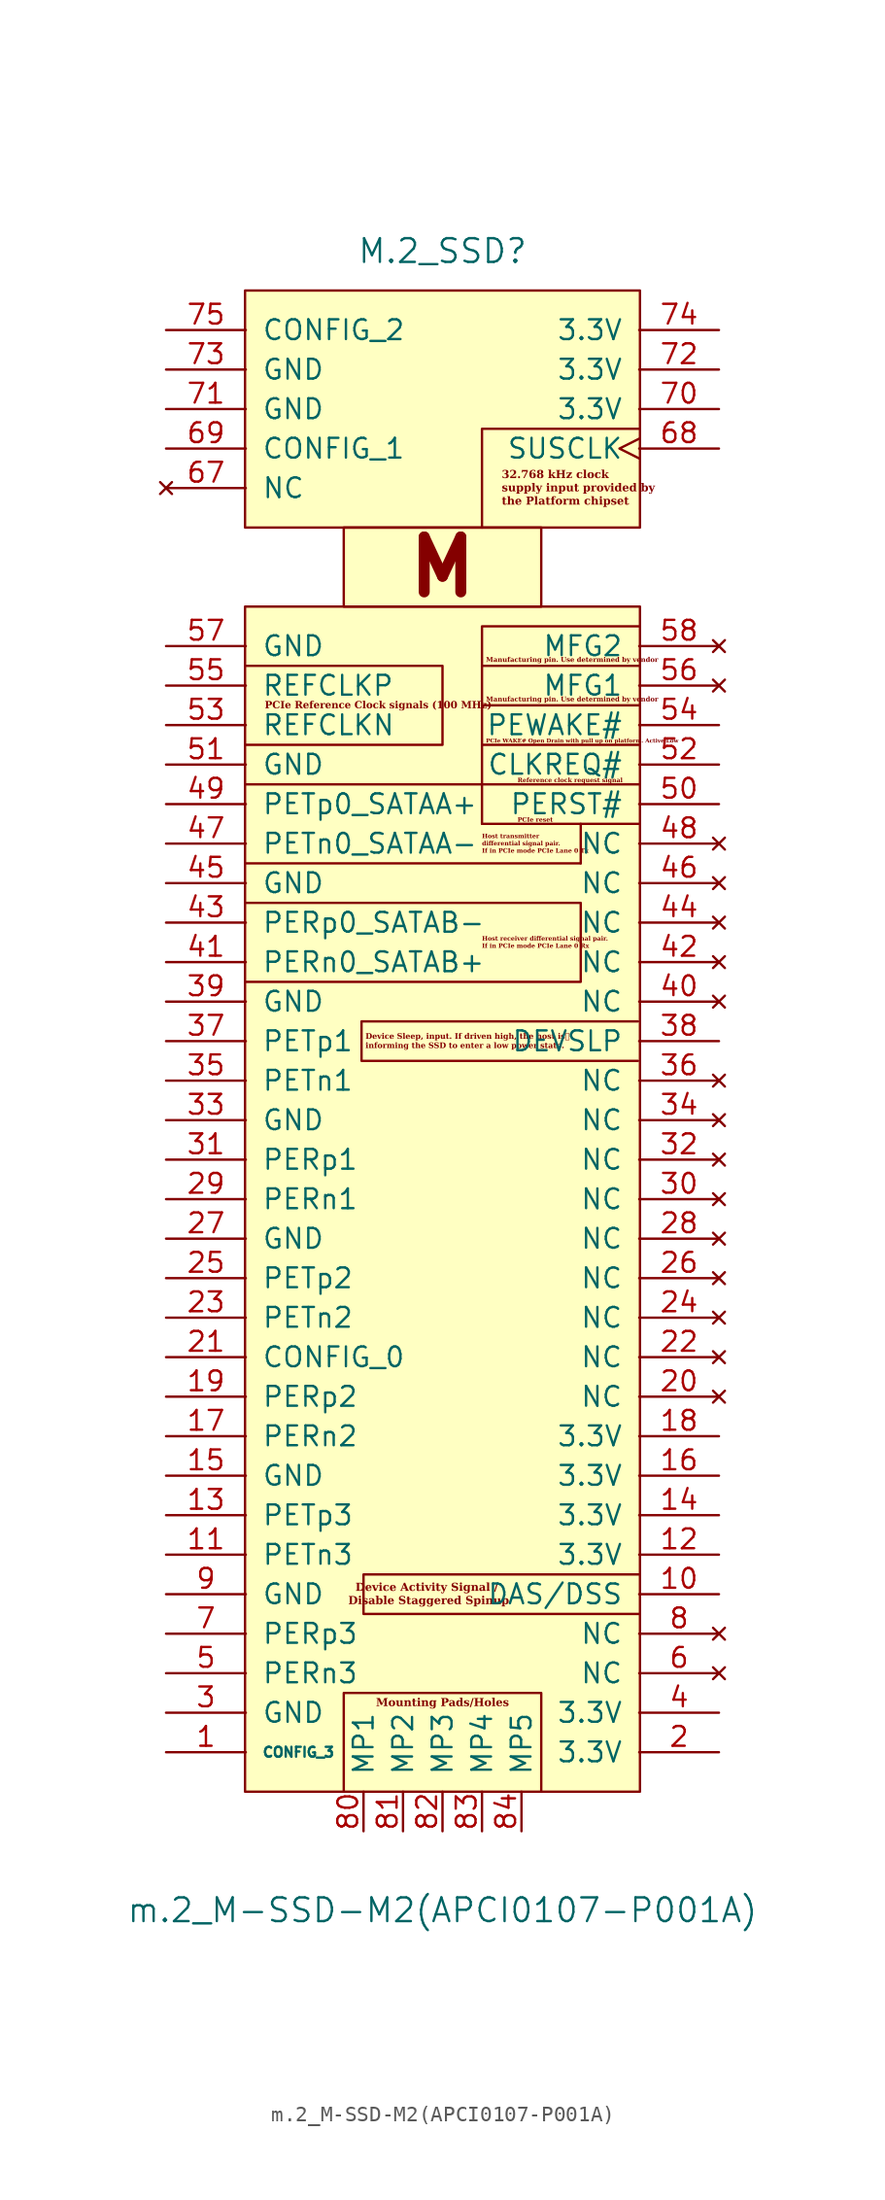
<source format=kicad_sym>
(kicad_symbol_lib
  (version 20220914)
  (generator kicad_symbol_editor)
  (symbol "m.2_M-SSD-M2(APCI0107-P001A)"
    (pin_names
      (offset 1.016))
    (property "Reference" "M.2_SSD"
      (at 0 50.8 0)
      (effects (font (size 1.524 1.524))))
    (property "Value" "m.2_M-SSD-M2(APCI0107-P001A)"
      (at 0 -55.88 0)
      (effects (font (size 1.524 1.524))))
    (symbol "m.2_M-SSD-M2(APCI0107-P001A)_0_0"
      (text "M" (at 0 30.48 0) (effects (font (size 3.531 3.531) bold))))
    (symbol "m.2_M-SSD-M2(APCI0107-P001A)_0_1"
      (rectangle (start -12.7 27.94) (end 12.7 -48.26) (stroke (width 0) (type solid)) (fill (type background)))
      (rectangle (start -12.7 48.26) (end 12.7 33.02) (stroke (width 0) (type solid)) (fill (type background)))
      (rectangle (start -6.35 33.02) (end 6.35 27.94) (stroke (width 0) (type solid)) (fill (type background))))
    (symbol "m.2_M-SSD-M2(APCI0107-P001A)_1_1"
      (polyline (pts (xy 2.54 16.51) (xy 12.7 16.51)) (stroke (width 0) (type default)) (fill (type none)))
      (polyline (pts (xy 2.54 24.13) (xy 12.7 24.13)) (stroke (width 0) (type default)) (fill (type none)))
      (polyline (pts (xy 8.89 11.43) (xy -12.7 11.43)) (stroke (width 0) (type default)) (fill (type none)))
      (polyline (pts (xy 8.89 13.97) (xy 12.7 13.97)) (stroke (width 0) (type default)) (fill (type none)))
      (polyline (pts (xy 2.54 13.97) (xy 2.54 16.51) (xy -12.7 16.51)) (stroke (width 0) (type default)) (fill (type none)))
      (polyline (pts (xy 2.54 16.51) (xy 2.54 19.05) (xy 12.7 19.05)) (stroke (width 0) (type default)) (fill (type none)))
      (polyline (pts (xy 2.54 19.05) (xy 2.54 21.59) (xy 12.7 21.59)) (stroke (width 0) (type default)) (fill (type none)))
      (polyline (pts (xy 2.54 21.59) (xy 2.54 26.67) (xy 12.7 26.67)) (stroke (width 0) (type default)) (fill (type none)))
      (polyline (pts (xy 8.89 6.35) (xy 8.89 3.81) (xy -12.7 3.81)) (stroke (width 0) (type default)) (fill (type none)))
      (polyline (pts (xy 8.89 6.35) (xy 8.89 8.89) (xy -12.7 8.89)) (stroke (width 0) (type default)) (fill (type none)))
      (polyline (pts (xy 8.89 11.43) (xy 8.89 13.97) (xy 2.54 13.97)) (stroke (width 0) (type default)) (fill (type none)))
      (polyline (pts (xy 12.7 39.37) (xy 2.54 39.37) (xy 2.54 33.02)) (stroke (width 0) (type default)) (fill (type none)))
      (polyline (pts (xy -12.7 19.05) (xy 0 19.05) (xy 0 24.13) (xy -12.7 24.13)) (stroke (width 0) (type default)) (fill (type none)))
      (polyline (pts (xy -6.35 -48.26) (xy -6.35 -41.91) (xy 6.35 -41.91) (xy 6.35 -48.26)) (stroke (width 0) (type default)) (fill (type none)))
      (polyline (pts (xy 12.573 1.27) (xy -5.207 1.27) (xy -5.207 -1.27) (xy 12.573 -1.27)) (stroke (width 0) (type default)) (fill (type none)))
      (polyline (pts (xy 12.7 -34.29) (xy -5.08 -34.29) (xy -5.08 -36.83) (xy 12.7 -36.83)) (stroke (width 0) (type default)) (fill (type none)))
      (text "32.768 kHz clock \nsupply input provided by \nthe Platform chipset" (at 3.81 35.56 0) (effects (font (face "Liberation Serif") (size 0.508 0.508) bold) (justify left)))
      (text "Device Activity Signal / \nDisable Staggered Spinup" (at -0.889 -35.56 0) (effects (font (face "Liberation Serif") (size 0.508 0.508) bold)))
      (text "Device Sleep, input. If driven high, the host is\r\ninforming the SSD to enter a low power state." (at -4.953 0 0) (effects (font (face "Liberation Serif") (size 0.356 0.356) bold) (justify left)))
      (text "Host receiver differential signal pair. \nIf in PCIe mode PCIe Lane 0 Rx" (at 2.54 6.35 0) (effects (font (face "Liberation Serif") (size 0.279 0.279) bold) (justify left)))
      (text "Host transmitter \ndifferential signal pair. \nIf in PCIe mode PCIe Lane 0 Tx" (at 2.54 12.7 0) (effects (font (face "Liberation Serif") (size 0.279 0.279) bold) (justify left)))
      (text "Manufacturing pin. Use determined by vendor" (at 2.794 21.971 0) (effects (font (face "Liberation Serif") (size 0.305 0.305) bold) (justify left)))
      (text "Manufacturing pin. Use determined by vendor" (at 2.794 24.511 0) (effects (font (face "Liberation Serif") (size 0.305 0.305) bold) (justify left)))
      (text "Mounting Pads/Holes" (at 0 -42.545 0) (effects (font (face "Liberation Serif") (size 0.508 0.508) bold)))
      (text "PCIe Reference Clock signals (100 MHz)" (at -11.43 21.59 0) (effects (font (face "Liberation Serif") (size 0.457 0.457) bold) (justify left)))
      (text "PCIe reset" (at 4.826 14.224 0) (effects (font (face "Liberation Serif") (size 0.279 0.279) bold) (justify left)))
      (text "PCIe WAKE# Open Drain with pull up on platform. Active Low" (at 2.794 19.304 0) (effects (font (face "Liberation Serif") (size 0.254 0.254) bold) (justify left)))
      (text "Reference clock request signal" (at 4.826 16.764 0) (effects (font (face "Liberation Serif") (size 0.279 0.279) bold) (justify left)))
      (pin bidirectional line (at -17.78 -45.72 0) (length 5.131) (name "CONFIG_3" (effects (font (size 0.635 0.635)))) (number "1" (effects (font (size 1.27 1.27)))))
      (pin bidirectional line (at 17.78 -35.56 180) (length 5.131) (name "DAS/DSS" (effects (font (size 1.27 1.27)))) (number "10" (effects (font (size 1.27 1.27)))))
      (pin output line (at -17.78 -33.02 0) (length 5.131) (name "PETn3" (effects (font (size 1.27 1.27)))) (number "11" (effects (font (size 1.27 1.27)))))
      (pin power_in line (at 17.78 -33.02 180) (length 5.131) (name "3.3V" (effects (font (size 1.27 1.27)))) (number "12" (effects (font (size 1.27 1.27)))))
      (pin output line (at -17.78 -30.48 0) (length 5.131) (name "PETp3" (effects (font (size 1.27 1.27)))) (number "13" (effects (font (size 1.27 1.27)))))
      (pin power_in line (at 17.78 -30.48 180) (length 5.131) (name "3.3V" (effects (font (size 1.27 1.27)))) (number "14" (effects (font (size 1.27 1.27)))))
      (pin power_in line (at -17.78 -27.94 0) (length 5.131) (name "GND" (effects (font (size 1.27 1.27)))) (number "15" (effects (font (size 1.27 1.27)))))
      (pin power_in line (at 17.78 -27.94 180) (length 5.131) (name "3.3V" (effects (font (size 1.27 1.27)))) (number "16" (effects (font (size 1.27 1.27)))))
      (pin input line (at -17.78 -25.4 0) (length 5.131) (name "PERn2" (effects (font (size 1.27 1.27)))) (number "17" (effects (font (size 1.27 1.27)))))
      (pin power_in line (at 17.78 -25.4 180) (length 5.131) (name "3.3V" (effects (font (size 1.27 1.27)))) (number "18" (effects (font (size 1.27 1.27)))))
      (pin input line (at -17.78 -22.86 0) (length 5.131) (name "PERp2" (effects (font (size 1.27 1.27)))) (number "19" (effects (font (size 1.27 1.27)))))
      (pin power_in line (at 17.78 -45.72 180) (length 5.131) (name "3.3V" (effects (font (size 1.27 1.27)))) (number "2" (effects (font (size 1.27 1.27)))))
      (pin no_connect line (at 17.78 -22.86 180) (length 5.131) (name "NC" (effects (font (size 1.27 1.27)))) (number "20" (effects (font (size 1.27 1.27)))))
      (pin bidirectional line (at -17.78 -20.32 0) (length 5.131) (name "CONFIG_0" (effects (font (size 1.27 1.27)))) (number "21" (effects (font (size 1.27 1.27)))))
      (pin no_connect line (at 17.78 -20.32 180) (length 5.131) (name "NC" (effects (font (size 1.27 1.27)))) (number "22" (effects (font (size 1.27 1.27)))))
      (pin output line (at -17.78 -17.78 0) (length 5.131) (name "PETn2" (effects (font (size 1.27 1.27)))) (number "23" (effects (font (size 1.27 1.27)))))
      (pin no_connect line (at 17.78 -17.78 180) (length 5.131) (name "NC" (effects (font (size 1.27 1.27)))) (number "24" (effects (font (size 1.27 1.27)))))
      (pin output line (at -17.78 -15.24 0) (length 5.131) (name "PETp2" (effects (font (size 1.27 1.27)))) (number "25" (effects (font (size 1.27 1.27)))))
      (pin no_connect line (at 17.78 -15.24 180) (length 5.131) (name "NC" (effects (font (size 1.27 1.27)))) (number "26" (effects (font (size 1.27 1.27)))))
      (pin power_in line (at -17.78 -12.7 0) (length 5.131) (name "GND" (effects (font (size 1.27 1.27)))) (number "27" (effects (font (size 1.27 1.27)))))
      (pin no_connect line (at 17.78 -12.7 180) (length 5.131) (name "NC" (effects (font (size 1.27 1.27)))) (number "28" (effects (font (size 1.27 1.27)))))
      (pin input line (at -17.78 -10.16 0) (length 5.131) (name "PERn1" (effects (font (size 1.27 1.27)))) (number "29" (effects (font (size 1.27 1.27)))))
      (pin power_in line (at -17.78 -43.18 0) (length 5.131) (name "GND" (effects (font (size 1.27 1.27)))) (number "3" (effects (font (size 1.27 1.27)))))
      (pin no_connect line (at 17.78 -10.16 180) (length 5.131) (name "NC" (effects (font (size 1.27 1.27)))) (number "30" (effects (font (size 1.27 1.27)))))
      (pin input line (at -17.78 -7.62 0) (length 5.131) (name "PERp1" (effects (font (size 1.27 1.27)))) (number "31" (effects (font (size 1.27 1.27)))))
      (pin no_connect line (at 17.78 -7.62 180) (length 5.131) (name "NC" (effects (font (size 1.27 1.27)))) (number "32" (effects (font (size 1.27 1.27)))))
      (pin power_in line (at -17.78 -5.08 0) (length 5.131) (name "GND" (effects (font (size 1.27 1.27)))) (number "33" (effects (font (size 1.27 1.27)))))
      (pin no_connect line (at 17.78 -5.08 180) (length 5.131) (name "NC" (effects (font (size 1.27 1.27)))) (number "34" (effects (font (size 1.27 1.27)))))
      (pin output line (at -17.78 -2.54 0) (length 5.131) (name "PETn1" (effects (font (size 1.27 1.27)))) (number "35" (effects (font (size 1.27 1.27)))))
      (pin no_connect line (at 17.78 -2.54 180) (length 5.131) (name "NC" (effects (font (size 1.27 1.27)))) (number "36" (effects (font (size 1.27 1.27)))))
      (pin output line (at -17.78 0 0) (length 5.131) (name "PETp1" (effects (font (size 1.27 1.27)))) (number "37" (effects (font (size 1.27 1.27)))))
      (pin input line (at 17.78 0 180) (length 5.131) (name "DEVSLP" (effects (font (size 1.27 1.27)))) (number "38" (effects (font (size 1.27 1.27)))))
      (pin power_in line (at -17.78 2.54 0) (length 5.131) (name "GND" (effects (font (size 1.27 1.27)))) (number "39" (effects (font (size 1.27 1.27)))))
      (pin power_in line (at 17.78 -43.18 180) (length 5.131) (name "3.3V" (effects (font (size 1.27 1.27)))) (number "4" (effects (font (size 1.27 1.27)))))
      (pin no_connect line (at 17.78 2.54 180) (length 5.131) (name "NC" (effects (font (size 1.27 1.27)))) (number "40" (effects (font (size 1.27 1.27)))))
      (pin bidirectional line (at -17.78 5.08 0) (length 5.131) (name "PERn0_SATAB+" (effects (font (size 1.27 1.27)))) (number "41" (effects (font (size 1.27 1.27)))))
      (pin no_connect line (at 17.78 5.08 180) (length 5.131) (name "NC" (effects (font (size 1.27 1.27)))) (number "42" (effects (font (size 1.27 1.27)))))
      (pin bidirectional line (at -17.78 7.62 0) (length 5.131) (name "PERp0_SATAB-" (effects (font (size 1.27 1.27)))) (number "43" (effects (font (size 1.27 1.27)))))
      (pin no_connect line (at 17.78 7.62 180) (length 5.131) (name "NC" (effects (font (size 1.27 1.27)))) (number "44" (effects (font (size 1.27 1.27)))))
      (pin power_in line (at -17.78 10.16 0) (length 5.131) (name "GND" (effects (font (size 1.27 1.27)))) (number "45" (effects (font (size 1.27 1.27)))))
      (pin no_connect line (at 17.78 10.16 180) (length 5.131) (name "NC" (effects (font (size 1.27 1.27)))) (number "46" (effects (font (size 1.27 1.27)))))
      (pin bidirectional line (at -17.78 12.7 0) (length 5.131) (name "PETn0_SATAA-" (effects (font (size 1.27 1.27)))) (number "47" (effects (font (size 1.27 1.27)))))
      (pin no_connect line (at 17.78 12.7 180) (length 5.131) (name "NC" (effects (font (size 1.27 1.27)))) (number "48" (effects (font (size 1.27 1.27)))))
      (pin bidirectional line (at -17.78 15.24 0) (length 5.131) (name "PETp0_SATAA+" (effects (font (size 1.27 1.27)))) (number "49" (effects (font (size 1.27 1.27)))))
      (pin input line (at -17.78 -40.64 0) (length 5.131) (name "PERn3" (effects (font (size 1.27 1.27)))) (number "5" (effects (font (size 1.27 1.27)))))
      (pin input line (at 17.78 15.24 180) (length 5.131) (name "PERST#" (effects (font (size 1.27 1.27)))) (number "50" (effects (font (size 1.27 1.27)))))
      (pin power_in line (at -17.78 17.78 0) (length 5.131) (name "GND" (effects (font (size 1.27 1.27)))) (number "51" (effects (font (size 1.27 1.27)))))
      (pin input line (at 17.78 17.78 180) (length 5.131) (name "CLKREQ#" (effects (font (size 1.27 1.27)))) (number "52" (effects (font (size 1.27 1.27)))))
      (pin bidirectional line (at -17.78 20.32 0) (length 5.131) (name "REFCLKN" (effects (font (size 1.27 1.27)))) (number "53" (effects (font (size 1.27 1.27)))))
      (pin open_collector line (at 17.78 20.32 180) (length 5.131) (name "PEWAKE#" (effects (font (size 1.27 1.27)))) (number "54" (effects (font (size 1.27 1.27)))))
      (pin bidirectional line (at -17.78 22.86 0) (length 5.131) (name "REFCLKP" (effects (font (size 1.27 1.27)))) (number "55" (effects (font (size 1.27 1.27)))))
      (pin no_connect line (at 17.78 22.86 180) (length 5.131) (name "MFG1" (effects (font (size 1.27 1.27)))) (number "56" (effects (font (size 1.27 1.27)))))
      (pin power_in line (at -17.78 25.4 0) (length 5.131) (name "GND" (effects (font (size 1.27 1.27)))) (number "57" (effects (font (size 1.27 1.27)))))
      (pin no_connect line (at 17.78 25.4 180) (length 5.131) (name "MFG2" (effects (font (size 1.27 1.27)))) (number "58" (effects (font (size 1.27 1.27)))))
      (pin no_connect line (at 17.78 -40.64 180) (length 5.131) (name "NC" (effects (font (size 1.27 1.27)))) (number "6" (effects (font (size 1.27 1.27)))))
      (pin no_connect line (at -17.78 35.56 0) (length 5.131) (name "NC" (effects (font (size 1.27 1.27)))) (number "67" (effects (font (size 1.27 1.27)))))
      (pin input clock (at 17.78 38.1 180) (length 5.131) (name "SUSCLK" (effects (font (size 1.27 1.27)))) (number "68" (effects (font (size 1.27 1.27)))))
      (pin bidirectional line (at -17.78 38.1 0) (length 5.131) (name "CONFIG_1" (effects (font (size 1.27 1.27)))) (number "69" (effects (font (size 1.27 1.27)))))
      (pin input line (at -17.78 -38.1 0) (length 5.131) (name "PERp3" (effects (font (size 1.27 1.27)))) (number "7" (effects (font (size 1.27 1.27)))))
      (pin power_in line (at 17.78 40.64 180) (length 5.131) (name "3.3V" (effects (font (size 1.27 1.27)))) (number "70" (effects (font (size 1.27 1.27)))))
      (pin power_in line (at -17.78 40.64 0) (length 5.131) (name "GND" (effects (font (size 1.27 1.27)))) (number "71" (effects (font (size 1.27 1.27)))))
      (pin power_in line (at 17.78 43.18 180) (length 5.131) (name "3.3V" (effects (font (size 1.27 1.27)))) (number "72" (effects (font (size 1.27 1.27)))))
      (pin power_in line (at -17.78 43.18 0) (length 5.131) (name "GND" (effects (font (size 1.27 1.27)))) (number "73" (effects (font (size 1.27 1.27)))))
      (pin power_in line (at 17.78 45.72 180) (length 5.131) (name "3.3V" (effects (font (size 1.27 1.27)))) (number "74" (effects (font (size 1.27 1.27)))))
      (pin bidirectional line (at -17.78 45.72 0) (length 5.131) (name "CONFIG_2" (effects (font (size 1.27 1.27)))) (number "75" (effects (font (size 1.27 1.27)))))
      (pin no_connect line (at 17.78 -38.1 180) (length 5.131) (name "NC" (effects (font (size 1.27 1.27)))) (number "8" (effects (font (size 1.27 1.27)))))
      (pin input line (at -5.08 -50.8 90) (length 2.54) (name "MP1" (effects (font (size 1.27 1.27)))) (number "80" (effects (font (size 1.27 1.27)))))
      (pin input line (at -2.54 -50.8 90) (length 2.54) (name "MP2" (effects (font (size 1.27 1.27)))) (number "81" (effects (font (size 1.27 1.27)))))
      (pin input line (at 0 -50.8 90) (length 2.54) (name "MP3" (effects (font (size 1.27 1.27)))) (number "82" (effects (font (size 1.27 1.27)))))
      (pin input line (at 2.54 -50.8 90) (length 2.54) (name "MP4" (effects (font (size 1.27 1.27)))) (number "83" (effects (font (size 1.27 1.27)))))
      (pin input line (at 5.08 -50.8 90) (length 2.54) (name "MP5" (effects (font (size 1.27 1.27)))) (number "84" (effects (font (size 1.27 1.27)))))
      (pin power_in line (at -17.78 -35.56 0) (length 5.131) (name "GND" (effects (font (size 1.27 1.27)))) (number "9" (effects (font (size 1.27 1.27))))))))
</source>
